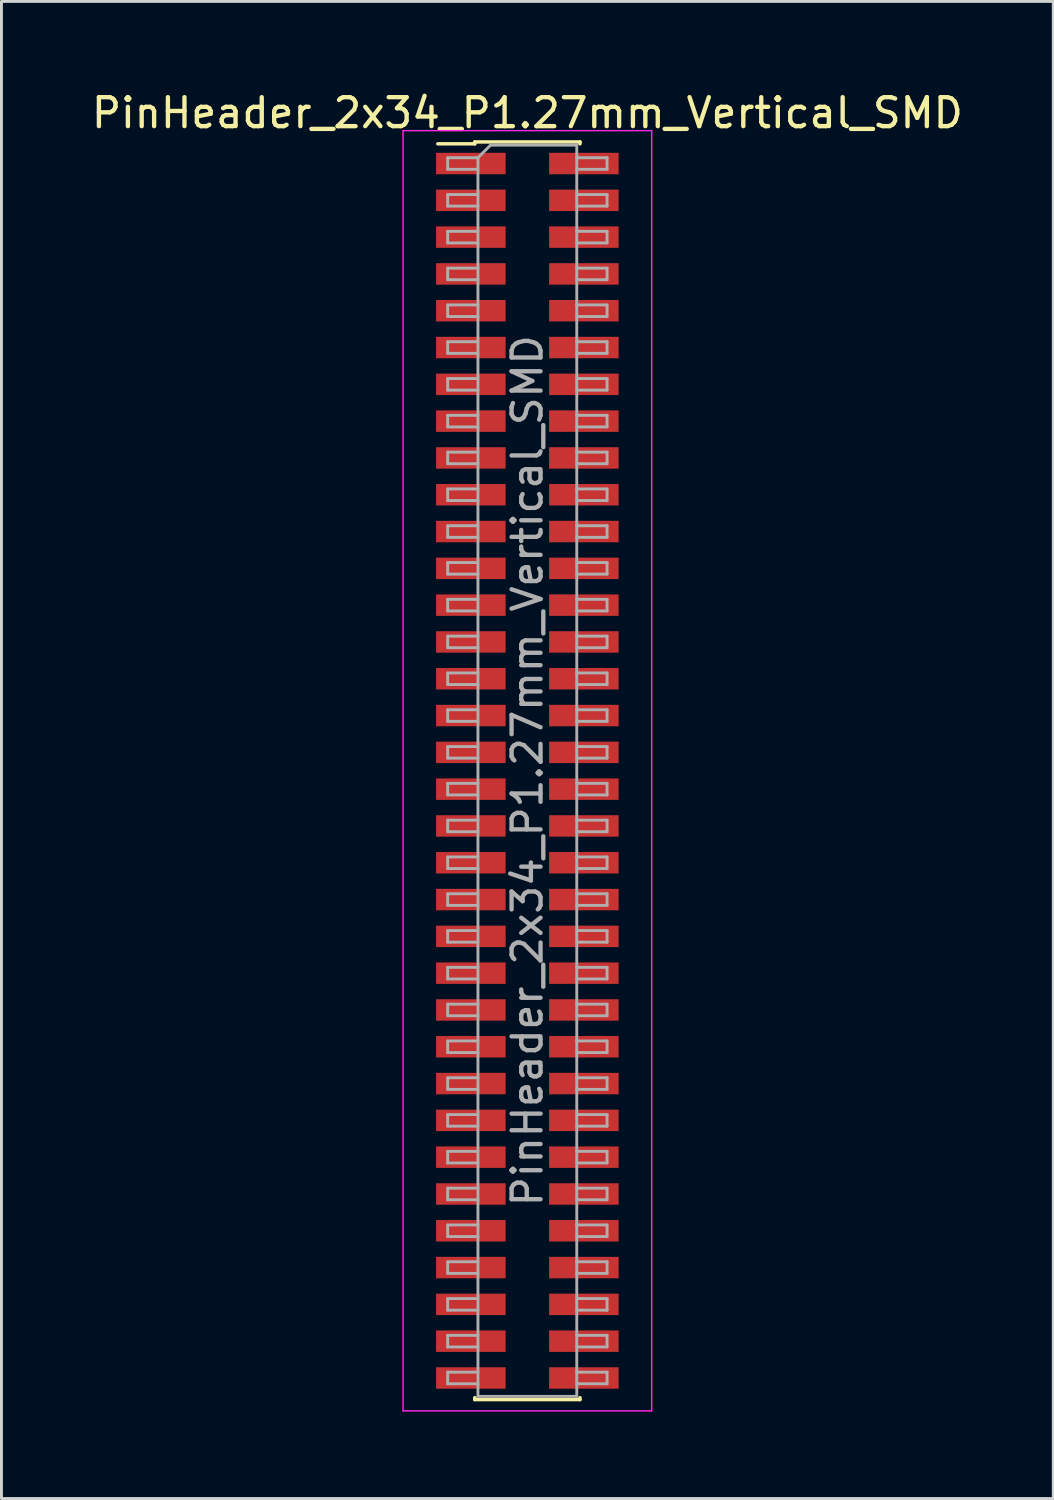
<source format=kicad_pcb>
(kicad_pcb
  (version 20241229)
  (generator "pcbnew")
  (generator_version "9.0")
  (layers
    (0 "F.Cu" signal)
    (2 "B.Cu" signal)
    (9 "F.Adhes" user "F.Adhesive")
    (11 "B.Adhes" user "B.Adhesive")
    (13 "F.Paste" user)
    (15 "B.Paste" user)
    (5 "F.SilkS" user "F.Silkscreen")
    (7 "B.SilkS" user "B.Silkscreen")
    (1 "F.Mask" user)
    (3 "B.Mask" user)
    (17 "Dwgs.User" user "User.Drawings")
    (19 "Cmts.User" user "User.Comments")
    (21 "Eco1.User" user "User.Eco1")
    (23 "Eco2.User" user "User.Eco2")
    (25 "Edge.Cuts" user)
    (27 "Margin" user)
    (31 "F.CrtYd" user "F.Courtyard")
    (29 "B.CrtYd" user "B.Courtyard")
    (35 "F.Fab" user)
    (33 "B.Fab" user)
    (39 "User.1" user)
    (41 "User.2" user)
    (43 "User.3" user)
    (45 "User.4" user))
  (footprint "PinHeader_2x34_P1.27mm_Vertical_SMD"
    (layer "F.Cu")
    (at 15.149 23.548)
    (property "Reference" "PinHeader_2x34_P1.27mm_Vertical_SMD" (at 0 -22.7 0) (layer "F.SilkS") (effects (font (size 1 1) (thickness 0.15))))
    (attr smd)
    (fp_line (start -3.09 -21.635) (end -1.815 -21.635) (stroke (width 0.12) (type solid)) (layer "F.SilkS"))
    (fp_line (start -1.815 -21.7) (end -1.815 -21.635) (stroke (width 0.12) (type solid)) (layer "F.SilkS"))
    (fp_line (start -1.815 -21.7) (end 1.815 -21.7) (stroke (width 0.12) (type solid)) (layer "F.SilkS"))
    (fp_line (start -1.815 21.635) (end -1.815 21.7) (stroke (width 0.12) (type solid)) (layer "F.SilkS"))
    (fp_line (start -1.815 21.7) (end 1.815 21.7) (stroke (width 0.12) (type solid)) (layer "F.SilkS"))
    (fp_line (start 1.815 -21.7) (end 1.815 -21.635) (stroke (width 0.12) (type solid)) (layer "F.SilkS"))
    (fp_line (start 1.815 21.635) (end 1.815 21.7) (stroke (width 0.12) (type solid)) (layer "F.SilkS"))
    (fp_line (start -4.29 -22.09) (end -4.29 22.09) (stroke (width 0.05) (type solid)) (layer "F.CrtYd"))
    (fp_line (start -4.29 22.09) (end 4.29 22.09) (stroke (width 0.05) (type solid)) (layer "F.CrtYd"))
    (fp_line (start 4.29 -22.09) (end -4.29 -22.09) (stroke (width 0.05) (type solid)) (layer "F.CrtYd"))
    (fp_line (start 4.29 22.09) (end 4.29 -22.09) (stroke (width 0.05) (type solid)) (layer "F.CrtYd"))
    (fp_line (start -2.75 -21.155) (end -2.75 -20.755) (stroke (width 0.1) (type solid)) (layer "F.Fab"))
    (fp_line (start -2.75 -20.755) (end -1.705 -20.755) (stroke (width 0.1) (type solid)) (layer "F.Fab"))
    (fp_line (start -2.75 -19.885) (end -2.75 -19.485) (stroke (width 0.1) (type solid)) (layer "F.Fab"))
    (fp_line (start -2.75 -19.485) (end -1.705 -19.485) (stroke (width 0.1) (type solid)) (layer "F.Fab"))
    (fp_line (start -2.75 -18.615) (end -2.75 -18.215) (stroke (width 0.1) (type solid)) (layer "F.Fab"))
    (fp_line (start -2.75 -18.215) (end -1.705 -18.215) (stroke (width 0.1) (type solid)) (layer "F.Fab"))
    (fp_line (start -2.75 -17.345) (end -2.75 -16.945) (stroke (width 0.1) (type solid)) (layer "F.Fab"))
    (fp_line (start -2.75 -16.945) (end -1.705 -16.945) (stroke (width 0.1) (type solid)) (layer "F.Fab"))
    (fp_line (start -2.75 -16.075) (end -2.75 -15.675) (stroke (width 0.1) (type solid)) (layer "F.Fab"))
    (fp_line (start -2.75 -15.675) (end -1.705 -15.675) (stroke (width 0.1) (type solid)) (layer "F.Fab"))
    (fp_line (start -2.75 -14.805) (end -2.75 -14.405) (stroke (width 0.1) (type solid)) (layer "F.Fab"))
    (fp_line (start -2.75 -14.405) (end -1.705 -14.405) (stroke (width 0.1) (type solid)) (layer "F.Fab"))
    (fp_line (start -2.75 -13.535) (end -2.75 -13.135) (stroke (width 0.1) (type solid)) (layer "F.Fab"))
    (fp_line (start -2.75 -13.135) (end -1.705 -13.135) (stroke (width 0.1) (type solid)) (layer "F.Fab"))
    (fp_line (start -2.75 -12.265) (end -2.75 -11.865) (stroke (width 0.1) (type solid)) (layer "F.Fab"))
    (fp_line (start -2.75 -11.865) (end -1.705 -11.865) (stroke (width 0.1) (type solid)) (layer "F.Fab"))
    (fp_line (start -2.75 -10.995) (end -2.75 -10.595) (stroke (width 0.1) (type solid)) (layer "F.Fab"))
    (fp_line (start -2.75 -10.595) (end -1.705 -10.595) (stroke (width 0.1) (type solid)) (layer "F.Fab"))
    (fp_line (start -2.75 -9.725) (end -2.75 -9.325) (stroke (width 0.1) (type solid)) (layer "F.Fab"))
    (fp_line (start -2.75 -9.325) (end -1.705 -9.325) (stroke (width 0.1) (type solid)) (layer "F.Fab"))
    (fp_line (start -2.75 -8.455) (end -2.75 -8.055) (stroke (width 0.1) (type solid)) (layer "F.Fab"))
    (fp_line (start -2.75 -8.055) (end -1.705 -8.055) (stroke (width 0.1) (type solid)) (layer "F.Fab"))
    (fp_line (start -2.75 -7.185) (end -2.75 -6.785) (stroke (width 0.1) (type solid)) (layer "F.Fab"))
    (fp_line (start -2.75 -6.785) (end -1.705 -6.785) (stroke (width 0.1) (type solid)) (layer "F.Fab"))
    (fp_line (start -2.75 -5.915) (end -2.75 -5.515) (stroke (width 0.1) (type solid)) (layer "F.Fab"))
    (fp_line (start -2.75 -5.515) (end -1.705 -5.515) (stroke (width 0.1) (type solid)) (layer "F.Fab"))
    (fp_line (start -2.75 -4.645) (end -2.75 -4.245) (stroke (width 0.1) (type solid)) (layer "F.Fab"))
    (fp_line (start -2.75 -4.245) (end -1.705 -4.245) (stroke (width 0.1) (type solid)) (layer "F.Fab"))
    (fp_line (start -2.75 -3.375) (end -2.75 -2.975) (stroke (width 0.1) (type solid)) (layer "F.Fab"))
    (fp_line (start -2.75 -2.975) (end -1.705 -2.975) (stroke (width 0.1) (type solid)) (layer "F.Fab"))
    (fp_line (start -2.75 -2.105) (end -2.75 -1.705) (stroke (width 0.1) (type solid)) (layer "F.Fab"))
    (fp_line (start -2.75 -1.705) (end -1.705 -1.705) (stroke (width 0.1) (type solid)) (layer "F.Fab"))
    (fp_line (start -2.75 -0.835) (end -2.75 -0.435) (stroke (width 0.1) (type solid)) (layer "F.Fab"))
    (fp_line (start -2.75 -0.435) (end -1.705 -0.435) (stroke (width 0.1) (type solid)) (layer "F.Fab"))
    (fp_line (start -2.75 0.435) (end -2.75 0.835) (stroke (width 0.1) (type solid)) (layer "F.Fab"))
    (fp_line (start -2.75 0.835) (end -1.705 0.835) (stroke (width 0.1) (type solid)) (layer "F.Fab"))
    (fp_line (start -2.75 1.705) (end -2.75 2.105) (stroke (width 0.1) (type solid)) (layer "F.Fab"))
    (fp_line (start -2.75 2.105) (end -1.705 2.105) (stroke (width 0.1) (type solid)) (layer "F.Fab"))
    (fp_line (start -2.75 2.975) (end -2.75 3.375) (stroke (width 0.1) (type solid)) (layer "F.Fab"))
    (fp_line (start -2.75 3.375) (end -1.705 3.375) (stroke (width 0.1) (type solid)) (layer "F.Fab"))
    (fp_line (start -2.75 4.245) (end -2.75 4.645) (stroke (width 0.1) (type solid)) (layer "F.Fab"))
    (fp_line (start -2.75 4.645) (end -1.705 4.645) (stroke (width 0.1) (type solid)) (layer "F.Fab"))
    (fp_line (start -2.75 5.515) (end -2.75 5.915) (stroke (width 0.1) (type solid)) (layer "F.Fab"))
    (fp_line (start -2.75 5.915) (end -1.705 5.915) (stroke (width 0.1) (type solid)) (layer "F.Fab"))
    (fp_line (start -2.75 6.785) (end -2.75 7.185) (stroke (width 0.1) (type solid)) (layer "F.Fab"))
    (fp_line (start -2.75 7.185) (end -1.705 7.185) (stroke (width 0.1) (type solid)) (layer "F.Fab"))
    (fp_line (start -2.75 8.055) (end -2.75 8.455) (stroke (width 0.1) (type solid)) (layer "F.Fab"))
    (fp_line (start -2.75 8.455) (end -1.705 8.455) (stroke (width 0.1) (type solid)) (layer "F.Fab"))
    (fp_line (start -2.75 9.325) (end -2.75 9.725) (stroke (width 0.1) (type solid)) (layer "F.Fab"))
    (fp_line (start -2.75 9.725) (end -1.705 9.725) (stroke (width 0.1) (type solid)) (layer "F.Fab"))
    (fp_line (start -2.75 10.595) (end -2.75 10.995) (stroke (width 0.1) (type solid)) (layer "F.Fab"))
    (fp_line (start -2.75 10.995) (end -1.705 10.995) (stroke (width 0.1) (type solid)) (layer "F.Fab"))
    (fp_line (start -2.75 11.865) (end -2.75 12.265) (stroke (width 0.1) (type solid)) (layer "F.Fab"))
    (fp_line (start -2.75 12.265) (end -1.705 12.265) (stroke (width 0.1) (type solid)) (layer "F.Fab"))
    (fp_line (start -2.75 13.135) (end -2.75 13.535) (stroke (width 0.1) (type solid)) (layer "F.Fab"))
    (fp_line (start -2.75 13.535) (end -1.705 13.535) (stroke (width 0.1) (type solid)) (layer "F.Fab"))
    (fp_line (start -2.75 14.405) (end -2.75 14.805) (stroke (width 0.1) (type solid)) (layer "F.Fab"))
    (fp_line (start -2.75 14.805) (end -1.705 14.805) (stroke (width 0.1) (type solid)) (layer "F.Fab"))
    (fp_line (start -2.75 15.675) (end -2.75 16.075) (stroke (width 0.1) (type solid)) (layer "F.Fab"))
    (fp_line (start -2.75 16.075) (end -1.705 16.075) (stroke (width 0.1) (type solid)) (layer "F.Fab"))
    (fp_line (start -2.75 16.945) (end -2.75 17.345) (stroke (width 0.1) (type solid)) (layer "F.Fab"))
    (fp_line (start -2.75 17.345) (end -1.705 17.345) (stroke (width 0.1) (type solid)) (layer "F.Fab"))
    (fp_line (start -2.75 18.215) (end -2.75 18.615) (stroke (width 0.1) (type solid)) (layer "F.Fab"))
    (fp_line (start -2.75 18.615) (end -1.705 18.615) (stroke (width 0.1) (type solid)) (layer "F.Fab"))
    (fp_line (start -2.75 19.485) (end -2.75 19.885) (stroke (width 0.1) (type solid)) (layer "F.Fab"))
    (fp_line (start -2.75 19.885) (end -1.705 19.885) (stroke (width 0.1) (type solid)) (layer "F.Fab"))
    (fp_line (start -2.75 20.755) (end -2.75 21.155) (stroke (width 0.1) (type solid)) (layer "F.Fab"))
    (fp_line (start -2.75 21.155) (end -1.705 21.155) (stroke (width 0.1) (type solid)) (layer "F.Fab"))
    (fp_line (start -1.705 -21.155) (end -2.75 -21.155) (stroke (width 0.1) (type solid)) (layer "F.Fab"))
    (fp_line (start -1.705 -21.155) (end -1.27 -21.59) (stroke (width 0.1) (type solid)) (layer "F.Fab"))
    (fp_line (start -1.705 -19.885) (end -2.75 -19.885) (stroke (width 0.1) (type solid)) (layer "F.Fab"))
    (fp_line (start -1.705 -18.615) (end -2.75 -18.615) (stroke (width 0.1) (type solid)) (layer "F.Fab"))
    (fp_line (start -1.705 -17.345) (end -2.75 -17.345) (stroke (width 0.1) (type solid)) (layer "F.Fab"))
    (fp_line (start -1.705 -16.075) (end -2.75 -16.075) (stroke (width 0.1) (type solid)) (layer "F.Fab"))
    (fp_line (start -1.705 -14.805) (end -2.75 -14.805) (stroke (width 0.1) (type solid)) (layer "F.Fab"))
    (fp_line (start -1.705 -13.535) (end -2.75 -13.535) (stroke (width 0.1) (type solid)) (layer "F.Fab"))
    (fp_line (start -1.705 -12.265) (end -2.75 -12.265) (stroke (width 0.1) (type solid)) (layer "F.Fab"))
    (fp_line (start -1.705 -10.995) (end -2.75 -10.995) (stroke (width 0.1) (type solid)) (layer "F.Fab"))
    (fp_line (start -1.705 -9.725) (end -2.75 -9.725) (stroke (width 0.1) (type solid)) (layer "F.Fab"))
    (fp_line (start -1.705 -8.455) (end -2.75 -8.455) (stroke (width 0.1) (type solid)) (layer "F.Fab"))
    (fp_line (start -1.705 -7.185) (end -2.75 -7.185) (stroke (width 0.1) (type solid)) (layer "F.Fab"))
    (fp_line (start -1.705 -5.915) (end -2.75 -5.915) (stroke (width 0.1) (type solid)) (layer "F.Fab"))
    (fp_line (start -1.705 -4.645) (end -2.75 -4.645) (stroke (width 0.1) (type solid)) (layer "F.Fab"))
    (fp_line (start -1.705 -3.375) (end -2.75 -3.375) (stroke (width 0.1) (type solid)) (layer "F.Fab"))
    (fp_line (start -1.705 -2.105) (end -2.75 -2.105) (stroke (width 0.1) (type solid)) (layer "F.Fab"))
    (fp_line (start -1.705 -0.835) (end -2.75 -0.835) (stroke (width 0.1) (type solid)) (layer "F.Fab"))
    (fp_line (start -1.705 0.435) (end -2.75 0.435) (stroke (width 0.1) (type solid)) (layer "F.Fab"))
    (fp_line (start -1.705 1.705) (end -2.75 1.705) (stroke (width 0.1) (type solid)) (layer "F.Fab"))
    (fp_line (start -1.705 2.975) (end -2.75 2.975) (stroke (width 0.1) (type solid)) (layer "F.Fab"))
    (fp_line (start -1.705 4.245) (end -2.75 4.245) (stroke (width 0.1) (type solid)) (layer "F.Fab"))
    (fp_line (start -1.705 5.515) (end -2.75 5.515) (stroke (width 0.1) (type solid)) (layer "F.Fab"))
    (fp_line (start -1.705 6.785) (end -2.75 6.785) (stroke (width 0.1) (type solid)) (layer "F.Fab"))
    (fp_line (start -1.705 8.055) (end -2.75 8.055) (stroke (width 0.1) (type solid)) (layer "F.Fab"))
    (fp_line (start -1.705 9.325) (end -2.75 9.325) (stroke (width 0.1) (type solid)) (layer "F.Fab"))
    (fp_line (start -1.705 10.595) (end -2.75 10.595) (stroke (width 0.1) (type solid)) (layer "F.Fab"))
    (fp_line (start -1.705 11.865) (end -2.75 11.865) (stroke (width 0.1) (type solid)) (layer "F.Fab"))
    (fp_line (start -1.705 13.135) (end -2.75 13.135) (stroke (width 0.1) (type solid)) (layer "F.Fab"))
    (fp_line (start -1.705 14.405) (end -2.75 14.405) (stroke (width 0.1) (type solid)) (layer "F.Fab"))
    (fp_line (start -1.705 15.675) (end -2.75 15.675) (stroke (width 0.1) (type solid)) (layer "F.Fab"))
    (fp_line (start -1.705 16.945) (end -2.75 16.945) (stroke (width 0.1) (type solid)) (layer "F.Fab"))
    (fp_line (start -1.705 18.215) (end -2.75 18.215) (stroke (width 0.1) (type solid)) (layer "F.Fab"))
    (fp_line (start -1.705 19.485) (end -2.75 19.485) (stroke (width 0.1) (type solid)) (layer "F.Fab"))
    (fp_line (start -1.705 20.755) (end -2.75 20.755) (stroke (width 0.1) (type solid)) (layer "F.Fab"))
    (fp_line (start -1.705 21.59) (end -1.705 -21.155) (stroke (width 0.1) (type solid)) (layer "F.Fab"))
    (fp_line (start -1.27 -21.59) (end 1.705 -21.59) (stroke (width 0.1) (type solid)) (layer "F.Fab"))
    (fp_line (start 1.705 -21.59) (end 1.705 21.59) (stroke (width 0.1) (type solid)) (layer "F.Fab"))
    (fp_line (start 1.705 -21.155) (end 2.75 -21.155) (stroke (width 0.1) (type solid)) (layer "F.Fab"))
    (fp_line (start 1.705 -19.885) (end 2.75 -19.885) (stroke (width 0.1) (type solid)) (layer "F.Fab"))
    (fp_line (start 1.705 -18.615) (end 2.75 -18.615) (stroke (width 0.1) (type solid)) (layer "F.Fab"))
    (fp_line (start 1.705 -17.345) (end 2.75 -17.345) (stroke (width 0.1) (type solid)) (layer "F.Fab"))
    (fp_line (start 1.705 -16.075) (end 2.75 -16.075) (stroke (width 0.1) (type solid)) (layer "F.Fab"))
    (fp_line (start 1.705 -14.805) (end 2.75 -14.805) (stroke (width 0.1) (type solid)) (layer "F.Fab"))
    (fp_line (start 1.705 -13.535) (end 2.75 -13.535) (stroke (width 0.1) (type solid)) (layer "F.Fab"))
    (fp_line (start 1.705 -12.265) (end 2.75 -12.265) (stroke (width 0.1) (type solid)) (layer "F.Fab"))
    (fp_line (start 1.705 -10.995) (end 2.75 -10.995) (stroke (width 0.1) (type solid)) (layer "F.Fab"))
    (fp_line (start 1.705 -9.725) (end 2.75 -9.725) (stroke (width 0.1) (type solid)) (layer "F.Fab"))
    (fp_line (start 1.705 -8.455) (end 2.75 -8.455) (stroke (width 0.1) (type solid)) (layer "F.Fab"))
    (fp_line (start 1.705 -7.185) (end 2.75 -7.185) (stroke (width 0.1) (type solid)) (layer "F.Fab"))
    (fp_line (start 1.705 -5.915) (end 2.75 -5.915) (stroke (width 0.1) (type solid)) (layer "F.Fab"))
    (fp_line (start 1.705 -4.645) (end 2.75 -4.645) (stroke (width 0.1) (type solid)) (layer "F.Fab"))
    (fp_line (start 1.705 -3.375) (end 2.75 -3.375) (stroke (width 0.1) (type solid)) (layer "F.Fab"))
    (fp_line (start 1.705 -2.105) (end 2.75 -2.105) (stroke (width 0.1) (type solid)) (layer "F.Fab"))
    (fp_line (start 1.705 -0.835) (end 2.75 -0.835) (stroke (width 0.1) (type solid)) (layer "F.Fab"))
    (fp_line (start 1.705 0.435) (end 2.75 0.435) (stroke (width 0.1) (type solid)) (layer "F.Fab"))
    (fp_line (start 1.705 1.705) (end 2.75 1.705) (stroke (width 0.1) (type solid)) (layer "F.Fab"))
    (fp_line (start 1.705 2.975) (end 2.75 2.975) (stroke (width 0.1) (type solid)) (layer "F.Fab"))
    (fp_line (start 1.705 4.245) (end 2.75 4.245) (stroke (width 0.1) (type solid)) (layer "F.Fab"))
    (fp_line (start 1.705 5.515) (end 2.75 5.515) (stroke (width 0.1) (type solid)) (layer "F.Fab"))
    (fp_line (start 1.705 6.785) (end 2.75 6.785) (stroke (width 0.1) (type solid)) (layer "F.Fab"))
    (fp_line (start 1.705 8.055) (end 2.75 8.055) (stroke (width 0.1) (type solid)) (layer "F.Fab"))
    (fp_line (start 1.705 9.325) (end 2.75 9.325) (stroke (width 0.1) (type solid)) (layer "F.Fab"))
    (fp_line (start 1.705 10.595) (end 2.75 10.595) (stroke (width 0.1) (type solid)) (layer "F.Fab"))
    (fp_line (start 1.705 11.865) (end 2.75 11.865) (stroke (width 0.1) (type solid)) (layer "F.Fab"))
    (fp_line (start 1.705 13.135) (end 2.75 13.135) (stroke (width 0.1) (type solid)) (layer "F.Fab"))
    (fp_line (start 1.705 14.405) (end 2.75 14.405) (stroke (width 0.1) (type solid)) (layer "F.Fab"))
    (fp_line (start 1.705 15.675) (end 2.75 15.675) (stroke (width 0.1) (type solid)) (layer "F.Fab"))
    (fp_line (start 1.705 16.945) (end 2.75 16.945) (stroke (width 0.1) (type solid)) (layer "F.Fab"))
    (fp_line (start 1.705 18.215) (end 2.75 18.215) (stroke (width 0.1) (type solid)) (layer "F.Fab"))
    (fp_line (start 1.705 19.485) (end 2.75 19.485) (stroke (width 0.1) (type solid)) (layer "F.Fab"))
    (fp_line (start 1.705 20.755) (end 2.75 20.755) (stroke (width 0.1) (type solid)) (layer "F.Fab"))
    (fp_line (start 1.705 21.59) (end -1.705 21.59) (stroke (width 0.1) (type solid)) (layer "F.Fab"))
    (fp_line (start 2.75 -21.155) (end 2.75 -20.755) (stroke (width 0.1) (type solid)) (layer "F.Fab"))
    (fp_line (start 2.75 -20.755) (end 1.705 -20.755) (stroke (width 0.1) (type solid)) (layer "F.Fab"))
    (fp_line (start 2.75 -19.885) (end 2.75 -19.485) (stroke (width 0.1) (type solid)) (layer "F.Fab"))
    (fp_line (start 2.75 -19.485) (end 1.705 -19.485) (stroke (width 0.1) (type solid)) (layer "F.Fab"))
    (fp_line (start 2.75 -18.615) (end 2.75 -18.215) (stroke (width 0.1) (type solid)) (layer "F.Fab"))
    (fp_line (start 2.75 -18.215) (end 1.705 -18.215) (stroke (width 0.1) (type solid)) (layer "F.Fab"))
    (fp_line (start 2.75 -17.345) (end 2.75 -16.945) (stroke (width 0.1) (type solid)) (layer "F.Fab"))
    (fp_line (start 2.75 -16.945) (end 1.705 -16.945) (stroke (width 0.1) (type solid)) (layer "F.Fab"))
    (fp_line (start 2.75 -16.075) (end 2.75 -15.675) (stroke (width 0.1) (type solid)) (layer "F.Fab"))
    (fp_line (start 2.75 -15.675) (end 1.705 -15.675) (stroke (width 0.1) (type solid)) (layer "F.Fab"))
    (fp_line (start 2.75 -14.805) (end 2.75 -14.405) (stroke (width 0.1) (type solid)) (layer "F.Fab"))
    (fp_line (start 2.75 -14.405) (end 1.705 -14.405) (stroke (width 0.1) (type solid)) (layer "F.Fab"))
    (fp_line (start 2.75 -13.535) (end 2.75 -13.135) (stroke (width 0.1) (type solid)) (layer "F.Fab"))
    (fp_line (start 2.75 -13.135) (end 1.705 -13.135) (stroke (width 0.1) (type solid)) (layer "F.Fab"))
    (fp_line (start 2.75 -12.265) (end 2.75 -11.865) (stroke (width 0.1) (type solid)) (layer "F.Fab"))
    (fp_line (start 2.75 -11.865) (end 1.705 -11.865) (stroke (width 0.1) (type solid)) (layer "F.Fab"))
    (fp_line (start 2.75 -10.995) (end 2.75 -10.595) (stroke (width 0.1) (type solid)) (layer "F.Fab"))
    (fp_line (start 2.75 -10.595) (end 1.705 -10.595) (stroke (width 0.1) (type solid)) (layer "F.Fab"))
    (fp_line (start 2.75 -9.725) (end 2.75 -9.325) (stroke (width 0.1) (type solid)) (layer "F.Fab"))
    (fp_line (start 2.75 -9.325) (end 1.705 -9.325) (stroke (width 0.1) (type solid)) (layer "F.Fab"))
    (fp_line (start 2.75 -8.455) (end 2.75 -8.055) (stroke (width 0.1) (type solid)) (layer "F.Fab"))
    (fp_line (start 2.75 -8.055) (end 1.705 -8.055) (stroke (width 0.1) (type solid)) (layer "F.Fab"))
    (fp_line (start 2.75 -7.185) (end 2.75 -6.785) (stroke (width 0.1) (type solid)) (layer "F.Fab"))
    (fp_line (start 2.75 -6.785) (end 1.705 -6.785) (stroke (width 0.1) (type solid)) (layer "F.Fab"))
    (fp_line (start 2.75 -5.915) (end 2.75 -5.515) (stroke (width 0.1) (type solid)) (layer "F.Fab"))
    (fp_line (start 2.75 -5.515) (end 1.705 -5.515) (stroke (width 0.1) (type solid)) (layer "F.Fab"))
    (fp_line (start 2.75 -4.645) (end 2.75 -4.245) (stroke (width 0.1) (type solid)) (layer "F.Fab"))
    (fp_line (start 2.75 -4.245) (end 1.705 -4.245) (stroke (width 0.1) (type solid)) (layer "F.Fab"))
    (fp_line (start 2.75 -3.375) (end 2.75 -2.975) (stroke (width 0.1) (type solid)) (layer "F.Fab"))
    (fp_line (start 2.75 -2.975) (end 1.705 -2.975) (stroke (width 0.1) (type solid)) (layer "F.Fab"))
    (fp_line (start 2.75 -2.105) (end 2.75 -1.705) (stroke (width 0.1) (type solid)) (layer "F.Fab"))
    (fp_line (start 2.75 -1.705) (end 1.705 -1.705) (stroke (width 0.1) (type solid)) (layer "F.Fab"))
    (fp_line (start 2.75 -0.835) (end 2.75 -0.435) (stroke (width 0.1) (type solid)) (layer "F.Fab"))
    (fp_line (start 2.75 -0.435) (end 1.705 -0.435) (stroke (width 0.1) (type solid)) (layer "F.Fab"))
    (fp_line (start 2.75 0.435) (end 2.75 0.835) (stroke (width 0.1) (type solid)) (layer "F.Fab"))
    (fp_line (start 2.75 0.835) (end 1.705 0.835) (stroke (width 0.1) (type solid)) (layer "F.Fab"))
    (fp_line (start 2.75 1.705) (end 2.75 2.105) (stroke (width 0.1) (type solid)) (layer "F.Fab"))
    (fp_line (start 2.75 2.105) (end 1.705 2.105) (stroke (width 0.1) (type solid)) (layer "F.Fab"))
    (fp_line (start 2.75 2.975) (end 2.75 3.375) (stroke (width 0.1) (type solid)) (layer "F.Fab"))
    (fp_line (start 2.75 3.375) (end 1.705 3.375) (stroke (width 0.1) (type solid)) (layer "F.Fab"))
    (fp_line (start 2.75 4.245) (end 2.75 4.645) (stroke (width 0.1) (type solid)) (layer "F.Fab"))
    (fp_line (start 2.75 4.645) (end 1.705 4.645) (stroke (width 0.1) (type solid)) (layer "F.Fab"))
    (fp_line (start 2.75 5.515) (end 2.75 5.915) (stroke (width 0.1) (type solid)) (layer "F.Fab"))
    (fp_line (start 2.75 5.915) (end 1.705 5.915) (stroke (width 0.1) (type solid)) (layer "F.Fab"))
    (fp_line (start 2.75 6.785) (end 2.75 7.185) (stroke (width 0.1) (type solid)) (layer "F.Fab"))
    (fp_line (start 2.75 7.185) (end 1.705 7.185) (stroke (width 0.1) (type solid)) (layer "F.Fab"))
    (fp_line (start 2.75 8.055) (end 2.75 8.455) (stroke (width 0.1) (type solid)) (layer "F.Fab"))
    (fp_line (start 2.75 8.455) (end 1.705 8.455) (stroke (width 0.1) (type solid)) (layer "F.Fab"))
    (fp_line (start 2.75 9.325) (end 2.75 9.725) (stroke (width 0.1) (type solid)) (layer "F.Fab"))
    (fp_line (start 2.75 9.725) (end 1.705 9.725) (stroke (width 0.1) (type solid)) (layer "F.Fab"))
    (fp_line (start 2.75 10.595) (end 2.75 10.995) (stroke (width 0.1) (type solid)) (layer "F.Fab"))
    (fp_line (start 2.75 10.995) (end 1.705 10.995) (stroke (width 0.1) (type solid)) (layer "F.Fab"))
    (fp_line (start 2.75 11.865) (end 2.75 12.265) (stroke (width 0.1) (type solid)) (layer "F.Fab"))
    (fp_line (start 2.75 12.265) (end 1.705 12.265) (stroke (width 0.1) (type solid)) (layer "F.Fab"))
    (fp_line (start 2.75 13.135) (end 2.75 13.535) (stroke (width 0.1) (type solid)) (layer "F.Fab"))
    (fp_line (start 2.75 13.535) (end 1.705 13.535) (stroke (width 0.1) (type solid)) (layer "F.Fab"))
    (fp_line (start 2.75 14.405) (end 2.75 14.805) (stroke (width 0.1) (type solid)) (layer "F.Fab"))
    (fp_line (start 2.75 14.805) (end 1.705 14.805) (stroke (width 0.1) (type solid)) (layer "F.Fab"))
    (fp_line (start 2.75 15.675) (end 2.75 16.075) (stroke (width 0.1) (type solid)) (layer "F.Fab"))
    (fp_line (start 2.75 16.075) (end 1.705 16.075) (stroke (width 0.1) (type solid)) (layer "F.Fab"))
    (fp_line (start 2.75 16.945) (end 2.75 17.345) (stroke (width 0.1) (type solid)) (layer "F.Fab"))
    (fp_line (start 2.75 17.345) (end 1.705 17.345) (stroke (width 0.1) (type solid)) (layer "F.Fab"))
    (fp_line (start 2.75 18.215) (end 2.75 18.615) (stroke (width 0.1) (type solid)) (layer "F.Fab"))
    (fp_line (start 2.75 18.615) (end 1.705 18.615) (stroke (width 0.1) (type solid)) (layer "F.Fab"))
    (fp_line (start 2.75 19.485) (end 2.75 19.885) (stroke (width 0.1) (type solid)) (layer "F.Fab"))
    (fp_line (start 2.75 19.885) (end 1.705 19.885) (stroke (width 0.1) (type solid)) (layer "F.Fab"))
    (fp_line (start 2.75 20.755) (end 2.75 21.155) (stroke (width 0.1) (type solid)) (layer "F.Fab"))
    (fp_line (start 2.75 21.155) (end 1.705 21.155) (stroke (width 0.1) (type solid)) (layer "F.Fab"))
    (fp_text user "${REFERENCE}" (at 0 0 90) (layer "F.Fab") (effects (font (size 1 1) (thickness 0.15))))
    (pad "1" smd rect (at -1.95 -20.955) (size 2.4 0.74) (layers "F.Cu" "F.Mask" "F.Paste"))
    (pad "2" smd rect (at 1.95 -20.955) (size 2.4 0.74) (layers "F.Cu" "F.Mask" "F.Paste"))
    (pad "3" smd rect (at -1.95 -19.685) (size 2.4 0.74) (layers "F.Cu" "F.Mask" "F.Paste"))
    (pad "4" smd rect (at 1.95 -19.685) (size 2.4 0.74) (layers "F.Cu" "F.Mask" "F.Paste"))
    (pad "5" smd rect (at -1.95 -18.415) (size 2.4 0.74) (layers "F.Cu" "F.Mask" "F.Paste"))
    (pad "6" smd rect (at 1.95 -18.415) (size 2.4 0.74) (layers "F.Cu" "F.Mask" "F.Paste"))
    (pad "7" smd rect (at -1.95 -17.145) (size 2.4 0.74) (layers "F.Cu" "F.Mask" "F.Paste"))
    (pad "8" smd rect (at 1.95 -17.145) (size 2.4 0.74) (layers "F.Cu" "F.Mask" "F.Paste"))
    (pad "9" smd rect (at -1.95 -15.875) (size 2.4 0.74) (layers "F.Cu" "F.Mask" "F.Paste"))
    (pad "10" smd rect (at 1.95 -15.875) (size 2.4 0.74) (layers "F.Cu" "F.Mask" "F.Paste"))
    (pad "11" smd rect (at -1.95 -14.605) (size 2.4 0.74) (layers "F.Cu" "F.Mask" "F.Paste"))
    (pad "12" smd rect (at 1.95 -14.605) (size 2.4 0.74) (layers "F.Cu" "F.Mask" "F.Paste"))
    (pad "13" smd rect (at -1.95 -13.335) (size 2.4 0.74) (layers "F.Cu" "F.Mask" "F.Paste"))
    (pad "14" smd rect (at 1.95 -13.335) (size 2.4 0.74) (layers "F.Cu" "F.Mask" "F.Paste"))
    (pad "15" smd rect (at -1.95 -12.065) (size 2.4 0.74) (layers "F.Cu" "F.Mask" "F.Paste"))
    (pad "16" smd rect (at 1.95 -12.065) (size 2.4 0.74) (layers "F.Cu" "F.Mask" "F.Paste"))
    (pad "17" smd rect (at -1.95 -10.795) (size 2.4 0.74) (layers "F.Cu" "F.Mask" "F.Paste"))
    (pad "18" smd rect (at 1.95 -10.795) (size 2.4 0.74) (layers "F.Cu" "F.Mask" "F.Paste"))
    (pad "19" smd rect (at -1.95 -9.525) (size 2.4 0.74) (layers "F.Cu" "F.Mask" "F.Paste"))
    (pad "20" smd rect (at 1.95 -9.525) (size 2.4 0.74) (layers "F.Cu" "F.Mask" "F.Paste"))
    (pad "21" smd rect (at -1.95 -8.255) (size 2.4 0.74) (layers "F.Cu" "F.Mask" "F.Paste"))
    (pad "22" smd rect (at 1.95 -8.255) (size 2.4 0.74) (layers "F.Cu" "F.Mask" "F.Paste"))
    (pad "23" smd rect (at -1.95 -6.985) (size 2.4 0.74) (layers "F.Cu" "F.Mask" "F.Paste"))
    (pad "24" smd rect (at 1.95 -6.985) (size 2.4 0.74) (layers "F.Cu" "F.Mask" "F.Paste"))
    (pad "25" smd rect (at -1.95 -5.715) (size 2.4 0.74) (layers "F.Cu" "F.Mask" "F.Paste"))
    (pad "26" smd rect (at 1.95 -5.715) (size 2.4 0.74) (layers "F.Cu" "F.Mask" "F.Paste"))
    (pad "27" smd rect (at -1.95 -4.445) (size 2.4 0.74) (layers "F.Cu" "F.Mask" "F.Paste"))
    (pad "28" smd rect (at 1.95 -4.445) (size 2.4 0.74) (layers "F.Cu" "F.Mask" "F.Paste"))
    (pad "29" smd rect (at -1.95 -3.175) (size 2.4 0.74) (layers "F.Cu" "F.Mask" "F.Paste"))
    (pad "30" smd rect (at 1.95 -3.175) (size 2.4 0.74) (layers "F.Cu" "F.Mask" "F.Paste"))
    (pad "31" smd rect (at -1.95 -1.905) (size 2.4 0.74) (layers "F.Cu" "F.Mask" "F.Paste"))
    (pad "32" smd rect (at 1.95 -1.905) (size 2.4 0.74) (layers "F.Cu" "F.Mask" "F.Paste"))
    (pad "33" smd rect (at -1.95 -0.635) (size 2.4 0.74) (layers "F.Cu" "F.Mask" "F.Paste"))
    (pad "34" smd rect (at 1.95 -0.635) (size 2.4 0.74) (layers "F.Cu" "F.Mask" "F.Paste"))
    (pad "35" smd rect (at -1.95 0.635) (size 2.4 0.74) (layers "F.Cu" "F.Mask" "F.Paste"))
    (pad "36" smd rect (at 1.95 0.635) (size 2.4 0.74) (layers "F.Cu" "F.Mask" "F.Paste"))
    (pad "37" smd rect (at -1.95 1.905) (size 2.4 0.74) (layers "F.Cu" "F.Mask" "F.Paste"))
    (pad "38" smd rect (at 1.95 1.905) (size 2.4 0.74) (layers "F.Cu" "F.Mask" "F.Paste"))
    (pad "39" smd rect (at -1.95 3.175) (size 2.4 0.74) (layers "F.Cu" "F.Mask" "F.Paste"))
    (pad "40" smd rect (at 1.95 3.175) (size 2.4 0.74) (layers "F.Cu" "F.Mask" "F.Paste"))
    (pad "41" smd rect (at -1.95 4.445) (size 2.4 0.74) (layers "F.Cu" "F.Mask" "F.Paste"))
    (pad "42" smd rect (at 1.95 4.445) (size 2.4 0.74) (layers "F.Cu" "F.Mask" "F.Paste"))
    (pad "43" smd rect (at -1.95 5.715) (size 2.4 0.74) (layers "F.Cu" "F.Mask" "F.Paste"))
    (pad "44" smd rect (at 1.95 5.715) (size 2.4 0.74) (layers "F.Cu" "F.Mask" "F.Paste"))
    (pad "45" smd rect (at -1.95 6.985) (size 2.4 0.74) (layers "F.Cu" "F.Mask" "F.Paste"))
    (pad "46" smd rect (at 1.95 6.985) (size 2.4 0.74) (layers "F.Cu" "F.Mask" "F.Paste"))
    (pad "47" smd rect (at -1.95 8.255) (size 2.4 0.74) (layers "F.Cu" "F.Mask" "F.Paste"))
    (pad "48" smd rect (at 1.95 8.255) (size 2.4 0.74) (layers "F.Cu" "F.Mask" "F.Paste"))
    (pad "49" smd rect (at -1.95 9.525) (size 2.4 0.74) (layers "F.Cu" "F.Mask" "F.Paste"))
    (pad "50" smd rect (at 1.95 9.525) (size 2.4 0.74) (layers "F.Cu" "F.Mask" "F.Paste"))
    (pad "51" smd rect (at -1.95 10.795) (size 2.4 0.74) (layers "F.Cu" "F.Mask" "F.Paste"))
    (pad "52" smd rect (at 1.95 10.795) (size 2.4 0.74) (layers "F.Cu" "F.Mask" "F.Paste"))
    (pad "53" smd rect (at -1.95 12.065) (size 2.4 0.74) (layers "F.Cu" "F.Mask" "F.Paste"))
    (pad "54" smd rect (at 1.95 12.065) (size 2.4 0.74) (layers "F.Cu" "F.Mask" "F.Paste"))
    (pad "55" smd rect (at -1.95 13.335) (size 2.4 0.74) (layers "F.Cu" "F.Mask" "F.Paste"))
    (pad "56" smd rect (at 1.95 13.335) (size 2.4 0.74) (layers "F.Cu" "F.Mask" "F.Paste"))
    (pad "57" smd rect (at -1.95 14.605) (size 2.4 0.74) (layers "F.Cu" "F.Mask" "F.Paste"))
    (pad "58" smd rect (at 1.95 14.605) (size 2.4 0.74) (layers "F.Cu" "F.Mask" "F.Paste"))
    (pad "59" smd rect (at -1.95 15.875) (size 2.4 0.74) (layers "F.Cu" "F.Mask" "F.Paste"))
    (pad "60" smd rect (at 1.95 15.875) (size 2.4 0.74) (layers "F.Cu" "F.Mask" "F.Paste"))
    (pad "61" smd rect (at -1.95 17.145) (size 2.4 0.74) (layers "F.Cu" "F.Mask" "F.Paste"))
    (pad "62" smd rect (at 1.95 17.145) (size 2.4 0.74) (layers "F.Cu" "F.Mask" "F.Paste"))
    (pad "63" smd rect (at -1.95 18.415) (size 2.4 0.74) (layers "F.Cu" "F.Mask" "F.Paste"))
    (pad "64" smd rect (at 1.95 18.415) (size 2.4 0.74) (layers "F.Cu" "F.Mask" "F.Paste"))
    (pad "65" smd rect (at -1.95 19.685) (size 2.4 0.74) (layers "F.Cu" "F.Mask" "F.Paste"))
    (pad "66" smd rect (at 1.95 19.685) (size 2.4 0.74) (layers "F.Cu" "F.Mask" "F.Paste"))
    (pad "67" smd rect (at -1.95 20.955) (size 2.4 0.74) (layers "F.Cu" "F.Mask" "F.Paste"))
    (pad "68" smd rect (at 1.95 20.955) (size 2.4 0.74) (layers "F.Cu" "F.Mask" "F.Paste")))
  (gr_rect
    (start -3 -3)
    (end 33.298 48.663)
    (stroke (width 0.1) (type default))
    (fill no)
    (layer "Edge.Cuts")))
</source>
